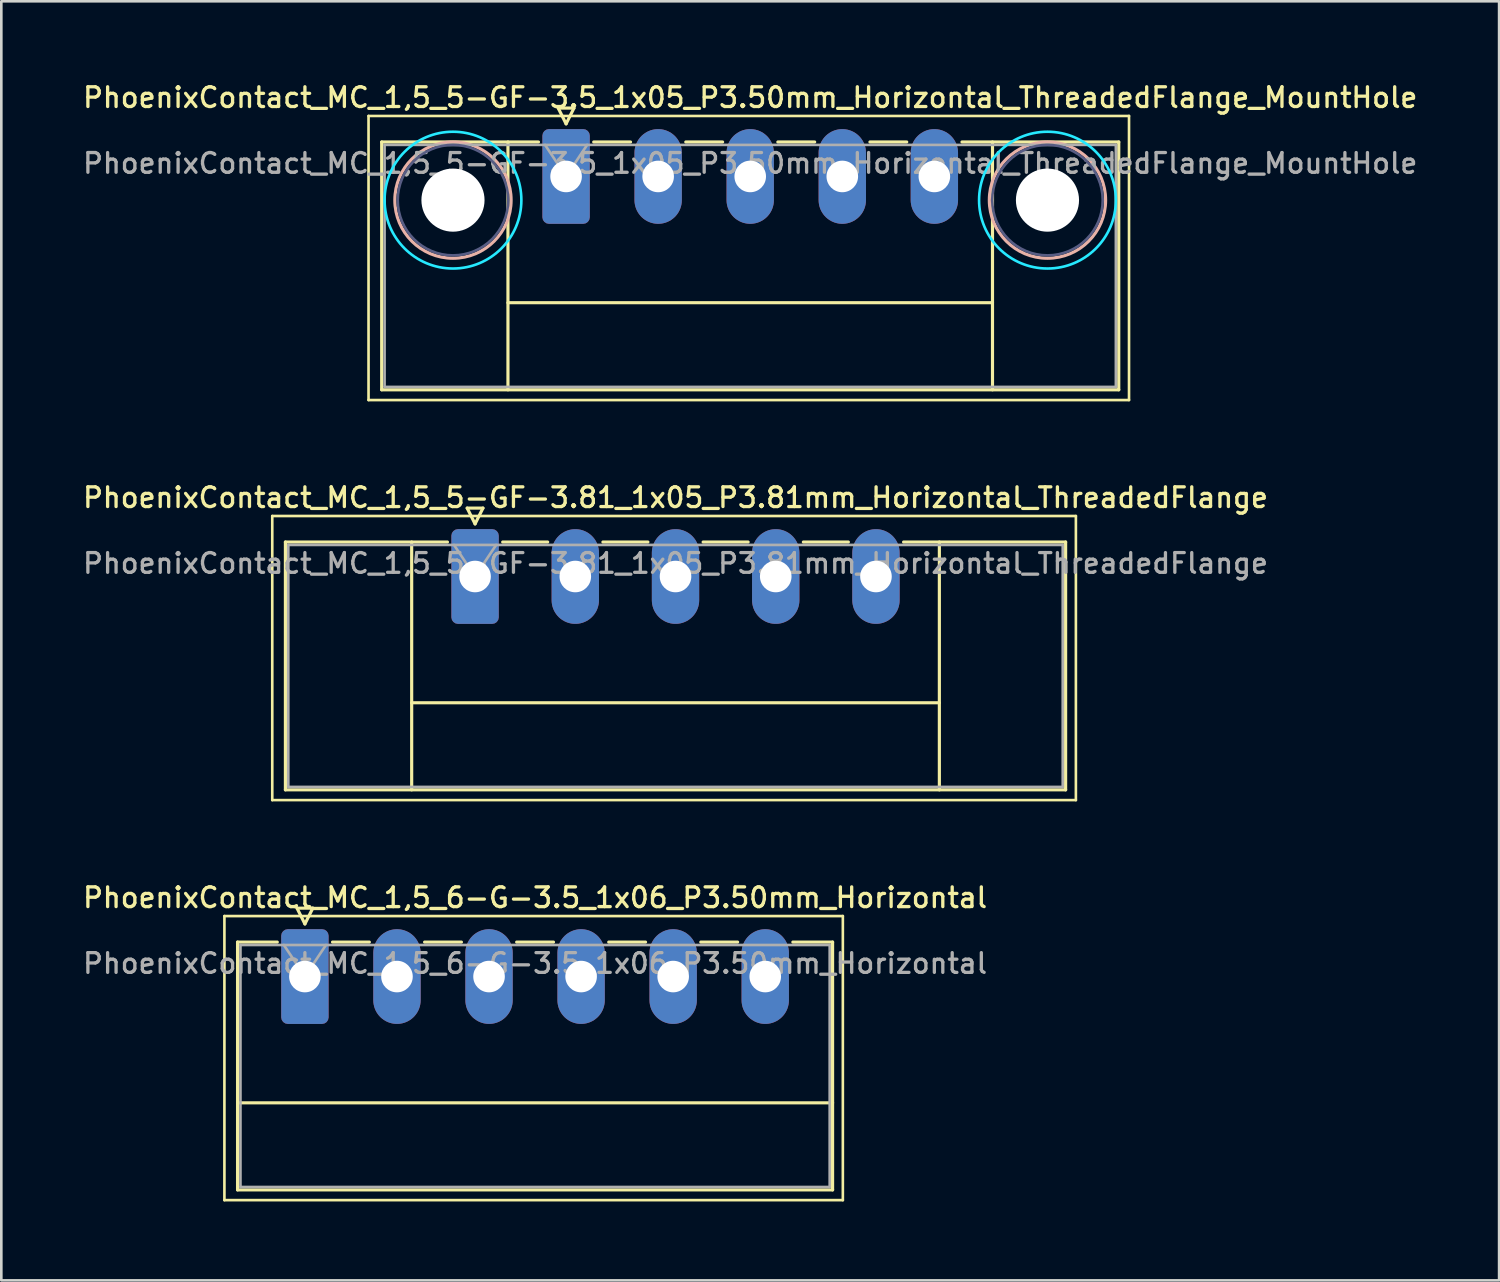
<source format=kicad_pcb>
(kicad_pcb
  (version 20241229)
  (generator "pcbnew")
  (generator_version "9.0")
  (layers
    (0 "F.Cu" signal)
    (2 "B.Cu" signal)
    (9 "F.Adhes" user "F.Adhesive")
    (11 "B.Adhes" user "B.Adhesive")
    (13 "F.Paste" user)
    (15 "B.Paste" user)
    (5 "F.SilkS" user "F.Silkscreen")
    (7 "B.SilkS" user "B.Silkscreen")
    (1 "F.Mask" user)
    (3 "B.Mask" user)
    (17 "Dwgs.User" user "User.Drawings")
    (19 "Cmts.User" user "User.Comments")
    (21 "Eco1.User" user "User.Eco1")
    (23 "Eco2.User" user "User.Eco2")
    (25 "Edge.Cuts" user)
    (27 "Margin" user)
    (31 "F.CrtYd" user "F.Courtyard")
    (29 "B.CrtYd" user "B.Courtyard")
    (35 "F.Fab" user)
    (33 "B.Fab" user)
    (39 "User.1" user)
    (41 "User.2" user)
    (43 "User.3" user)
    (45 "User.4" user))
  (footprint "PhoenixContact_MC_1,5_5-GF-3.5_1x05_P3.50mm_Horizontal_ThreadedFlange_MountHole"
    (layer "F.Cu")
    (at 18.47 3.658)
    (property "Reference" "PhoenixContact_MC_1,5_5-GF-3.5_1x05_P3.50mm_Horizontal_ThreadedFlange_MountHole" (at 7 -3 0) (layer "F.SilkS") (effects (font (size 0.75 0.75) (thickness 0.125))))
    (attr through_hole)
    (fp_line (start -7.51 -2.3) (end -7.51 8.5) (stroke (width 0.1) (type solid)) (layer "F.SilkS"))
    (fp_line (start -7.51 8.5) (end 21.4 8.5) (stroke (width 0.1) (type solid)) (layer "F.SilkS"))
    (fp_line (start -7.01 -1.31) (end -7.01 8.11) (stroke (width 0.12) (type solid)) (layer "F.SilkS"))
    (fp_line (start -7.01 -1.31) (end -1.05 -1.31) (stroke (width 0.12) (type solid)) (layer "F.SilkS"))
    (fp_line (start -7.01 8.11) (end 21.01 8.11) (stroke (width 0.12) (type solid)) (layer "F.SilkS"))
    (fp_line (start -2.21 -1.31) (end -2.21 8.11) (stroke (width 0.12) (type solid)) (layer "F.SilkS"))
    (fp_line (start -2.21 4.8) (end 16.21 4.8) (stroke (width 0.12) (type solid)) (layer "F.SilkS"))
    (fp_line (start -0.3 -2.6) (end 0.3 -2.6) (stroke (width 0.12) (type solid)) (layer "F.SilkS"))
    (fp_line (start 0 -2) (end -0.3 -2.6) (stroke (width 0.12) (type solid)) (layer "F.SilkS"))
    (fp_line (start 0.3 -2.6) (end 0 -2) (stroke (width 0.12) (type solid)) (layer "F.SilkS"))
    (fp_line (start 1.05 -1.31) (end 2.45 -1.31) (stroke (width 0.12) (type solid)) (layer "F.SilkS"))
    (fp_line (start 4.55 -1.31) (end 5.95 -1.31) (stroke (width 0.12) (type solid)) (layer "F.SilkS"))
    (fp_line (start 8.05 -1.31) (end 9.45 -1.31) (stroke (width 0.12) (type solid)) (layer "F.SilkS"))
    (fp_line (start 11.55 -1.31) (end 12.95 -1.31) (stroke (width 0.12) (type solid)) (layer "F.SilkS"))
    (fp_line (start 16.21 -1.31) (end 16.21 8.11) (stroke (width 0.12) (type solid)) (layer "F.SilkS"))
    (fp_line (start 21.01 -1.31) (end 15.05 -1.31) (stroke (width 0.12) (type solid)) (layer "F.SilkS"))
    (fp_line (start 21.01 8.11) (end 21.01 -1.31) (stroke (width 0.12) (type solid)) (layer "F.SilkS"))
    (fp_line (start 21.4 -2.3) (end -7.51 -2.3) (stroke (width 0.1) (type solid)) (layer "F.SilkS"))
    (fp_line (start 21.4 8.5) (end 21.4 -2.3) (stroke (width 0.1) (type solid)) (layer "F.SilkS"))
    (fp_circle (center -4.3 0.9) (end -2.09 0.9) (stroke (width 0.12) (type solid)) (fill no) (layer "B.SilkS"))
    (fp_circle (center 18.3 0.9) (end 20.51 0.9) (stroke (width 0.12) (type solid)) (fill no) (layer "B.SilkS"))
    (fp_circle (center -4.3 0.9) (end -1.7 0.9) (stroke (width 0.1) (type solid)) (fill no) (layer "B.CrtYd"))
    (fp_circle (center 18.3 0.9) (end 20.9 0.9) (stroke (width 0.1) (type solid)) (fill no) (layer "B.CrtYd"))
    (fp_circle (center -4.3 0.9) (end -2.2 0.9) (stroke (width 0.1) (type solid)) (fill no) (layer "B.Fab"))
    (fp_circle (center 18.3 0.9) (end 20.4 0.9) (stroke (width 0.1) (type solid)) (fill no) (layer "B.Fab"))
    (fp_line (start -6.9 -1.2) (end -6.9 8) (stroke (width 0.1) (type solid)) (layer "F.Fab"))
    (fp_line (start -6.9 8) (end 20.9 8) (stroke (width 0.1) (type solid)) (layer "F.Fab"))
    (fp_line (start 0 0) (end -0.8 -1.2) (stroke (width 0.1) (type solid)) (layer "F.Fab"))
    (fp_line (start 0.8 -1.2) (end 0 0) (stroke (width 0.1) (type solid)) (layer "F.Fab"))
    (fp_line (start 20.9 -1.2) (end -6.9 -1.2) (stroke (width 0.1) (type solid)) (layer "F.Fab"))
    (fp_line (start 20.9 8) (end 20.9 -1.2) (stroke (width 0.1) (type solid)) (layer "F.Fab"))
    (fp_text user "${REFERENCE}" (at 7 -0.5 0) (layer "F.Fab") (effects (font (size 0.75 0.75) (thickness 0.125))))
    (pad "" np_thru_hole circle (at -4.3 0.9) (size 2.4 2.4) (drill 2.4) (layers "*.Cu" "*.Mask"))
    (pad "" np_thru_hole circle (at 18.3 0.9) (size 2.4 2.4) (drill 2.4) (layers "*.Cu" "*.Mask"))
    (pad "1" thru_hole roundrect (at 0 0) (size 1.8 3.6) (drill 1.2) (layers "*.Cu" "*.Mask") (roundrect_rratio 0.139))
    (pad "2" thru_hole oval (at 3.5 0) (size 1.8 3.6) (drill 1.2) (layers "*.Cu" "*.Mask"))
    (pad "3" thru_hole oval (at 7 0) (size 1.8 3.6) (drill 1.2) (layers "*.Cu" "*.Mask"))
    (pad "4" thru_hole oval (at 10.5 0) (size 1.8 3.6) (drill 1.2) (layers "*.Cu" "*.Mask"))
    (pad "5" thru_hole oval (at 14 0) (size 1.8 3.6) (drill 1.2) (layers "*.Cu" "*.Mask")))
  (footprint "PhoenixContact_MC_1,5_6-G-3.5_1x06_P3.50mm_Horizontal"
    (layer "F.Cu")
    (at 8.541 34.074)
    (property "Reference" "PhoenixContact_MC_1,5_6-G-3.5_1x06_P3.50mm_Horizontal" (at 8.75 -3 0) (layer "F.SilkS") (effects (font (size 0.75 0.75) (thickness 0.125))))
    (attr through_hole)
    (fp_line (start -3.06 -2.3) (end -3.06 8.5) (stroke (width 0.1) (type solid)) (layer "F.SilkS"))
    (fp_line (start -3.06 8.5) (end 20.45 8.5) (stroke (width 0.1) (type solid)) (layer "F.SilkS"))
    (fp_line (start -2.56 -1.31) (end -2.56 8.11) (stroke (width 0.12) (type solid)) (layer "F.SilkS"))
    (fp_line (start -2.56 -1.31) (end -1.05 -1.31) (stroke (width 0.12) (type solid)) (layer "F.SilkS"))
    (fp_line (start -2.56 4.8) (end 20.06 4.8) (stroke (width 0.12) (type solid)) (layer "F.SilkS"))
    (fp_line (start -2.56 8.11) (end 20.06 8.11) (stroke (width 0.12) (type solid)) (layer "F.SilkS"))
    (fp_line (start -0.3 -2.6) (end 0.3 -2.6) (stroke (width 0.12) (type solid)) (layer "F.SilkS"))
    (fp_line (start 0 -2) (end -0.3 -2.6) (stroke (width 0.12) (type solid)) (layer "F.SilkS"))
    (fp_line (start 0.3 -2.6) (end 0 -2) (stroke (width 0.12) (type solid)) (layer "F.SilkS"))
    (fp_line (start 1.05 -1.31) (end 2.45 -1.31) (stroke (width 0.12) (type solid)) (layer "F.SilkS"))
    (fp_line (start 4.55 -1.31) (end 5.95 -1.31) (stroke (width 0.12) (type solid)) (layer "F.SilkS"))
    (fp_line (start 8.05 -1.31) (end 9.45 -1.31) (stroke (width 0.12) (type solid)) (layer "F.SilkS"))
    (fp_line (start 11.55 -1.31) (end 12.95 -1.31) (stroke (width 0.12) (type solid)) (layer "F.SilkS"))
    (fp_line (start 15.05 -1.31) (end 16.45 -1.31) (stroke (width 0.12) (type solid)) (layer "F.SilkS"))
    (fp_line (start 20.06 -1.31) (end 18.55 -1.31) (stroke (width 0.12) (type solid)) (layer "F.SilkS"))
    (fp_line (start 20.06 8.11) (end 20.06 -1.31) (stroke (width 0.12) (type solid)) (layer "F.SilkS"))
    (fp_line (start 20.45 -2.3) (end -3.06 -2.3) (stroke (width 0.1) (type solid)) (layer "F.SilkS"))
    (fp_line (start 20.45 8.5) (end 20.45 -2.3) (stroke (width 0.1) (type solid)) (layer "F.SilkS"))
    (fp_line (start -2.45 -1.2) (end -2.45 8) (stroke (width 0.1) (type solid)) (layer "F.Fab"))
    (fp_line (start -2.45 8) (end 19.95 8) (stroke (width 0.1) (type solid)) (layer "F.Fab"))
    (fp_line (start 0 0) (end -0.8 -1.2) (stroke (width 0.1) (type solid)) (layer "F.Fab"))
    (fp_line (start 0.8 -1.2) (end 0 0) (stroke (width 0.1) (type solid)) (layer "F.Fab"))
    (fp_line (start 19.95 -1.2) (end -2.45 -1.2) (stroke (width 0.1) (type solid)) (layer "F.Fab"))
    (fp_line (start 19.95 8) (end 19.95 -1.2) (stroke (width 0.1) (type solid)) (layer "F.Fab"))
    (fp_text user "${REFERENCE}" (at 8.75 -0.5 0) (layer "F.Fab") (effects (font (size 0.75 0.75) (thickness 0.125))))
    (pad "1" thru_hole roundrect (at 0 0) (size 1.8 3.6) (drill 1.2) (layers "*.Cu" "*.Mask") (roundrect_rratio 0.139))
    (pad "2" thru_hole oval (at 3.5 0) (size 1.8 3.6) (drill 1.2) (layers "*.Cu" "*.Mask"))
    (pad "3" thru_hole oval (at 7 0) (size 1.8 3.6) (drill 1.2) (layers "*.Cu" "*.Mask"))
    (pad "4" thru_hole oval (at 10.5 0) (size 1.8 3.6) (drill 1.2) (layers "*.Cu" "*.Mask"))
    (pad "5" thru_hole oval (at 14 0) (size 1.8 3.6) (drill 1.2) (layers "*.Cu" "*.Mask"))
    (pad "6" thru_hole oval (at 17.5 0) (size 1.8 3.6) (drill 1.2) (layers "*.Cu" "*.Mask")))
  (footprint "PhoenixContact_MC_1,5_5-GF-3.81_1x05_P3.81mm_Horizontal_ThreadedFlange"
    (layer "F.Cu")
    (at 15.01 18.866)
    (property "Reference" "PhoenixContact_MC_1,5_5-GF-3.81_1x05_P3.81mm_Horizontal_ThreadedFlange" (at 7.62 -3 0) (layer "F.SilkS") (effects (font (size 0.75 0.75) (thickness 0.125))))
    (attr through_hole)
    (fp_line (start -7.71 -2.3) (end -7.71 8.5) (stroke (width 0.1) (type solid)) (layer "F.SilkS"))
    (fp_line (start -7.71 8.5) (end 22.84 8.5) (stroke (width 0.1) (type solid)) (layer "F.SilkS"))
    (fp_line (start -7.21 -1.31) (end -7.21 8.11) (stroke (width 0.12) (type solid)) (layer "F.SilkS"))
    (fp_line (start -7.21 -1.31) (end -1.05 -1.31) (stroke (width 0.12) (type solid)) (layer "F.SilkS"))
    (fp_line (start -7.21 8.11) (end 22.45 8.11) (stroke (width 0.12) (type solid)) (layer "F.SilkS"))
    (fp_line (start -2.41 -1.31) (end -2.41 8.11) (stroke (width 0.12) (type solid)) (layer "F.SilkS"))
    (fp_line (start -2.41 4.8) (end 17.65 4.8) (stroke (width 0.12) (type solid)) (layer "F.SilkS"))
    (fp_line (start -0.3 -2.6) (end 0.3 -2.6) (stroke (width 0.12) (type solid)) (layer "F.SilkS"))
    (fp_line (start 0 -2) (end -0.3 -2.6) (stroke (width 0.12) (type solid)) (layer "F.SilkS"))
    (fp_line (start 0.3 -2.6) (end 0 -2) (stroke (width 0.12) (type solid)) (layer "F.SilkS"))
    (fp_line (start 1.05 -1.31) (end 2.76 -1.31) (stroke (width 0.12) (type solid)) (layer "F.SilkS"))
    (fp_line (start 4.86 -1.31) (end 6.57 -1.31) (stroke (width 0.12) (type solid)) (layer "F.SilkS"))
    (fp_line (start 8.67 -1.31) (end 10.38 -1.31) (stroke (width 0.12) (type solid)) (layer "F.SilkS"))
    (fp_line (start 12.48 -1.31) (end 14.19 -1.31) (stroke (width 0.12) (type solid)) (layer "F.SilkS"))
    (fp_line (start 17.65 -1.31) (end 17.65 8.11) (stroke (width 0.12) (type solid)) (layer "F.SilkS"))
    (fp_line (start 22.45 -1.31) (end 16.29 -1.31) (stroke (width 0.12) (type solid)) (layer "F.SilkS"))
    (fp_line (start 22.45 8.11) (end 22.45 -1.31) (stroke (width 0.12) (type solid)) (layer "F.SilkS"))
    (fp_line (start 22.84 -2.3) (end -7.71 -2.3) (stroke (width 0.1) (type solid)) (layer "F.SilkS"))
    (fp_line (start 22.84 8.5) (end 22.84 -2.3) (stroke (width 0.1) (type solid)) (layer "F.SilkS"))
    (fp_line (start -7.1 -1.2) (end -7.1 8) (stroke (width 0.1) (type solid)) (layer "F.Fab"))
    (fp_line (start -7.1 8) (end 22.34 8) (stroke (width 0.1) (type solid)) (layer "F.Fab"))
    (fp_line (start 0 0) (end -0.8 -1.2) (stroke (width 0.1) (type solid)) (layer "F.Fab"))
    (fp_line (start 0.8 -1.2) (end 0 0) (stroke (width 0.1) (type solid)) (layer "F.Fab"))
    (fp_line (start 22.34 -1.2) (end -7.1 -1.2) (stroke (width 0.1) (type solid)) (layer "F.Fab"))
    (fp_line (start 22.34 8) (end 22.34 -1.2) (stroke (width 0.1) (type solid)) (layer "F.Fab"))
    (fp_text user "${REFERENCE}" (at 7.62 -0.5 0) (layer "F.Fab") (effects (font (size 0.75 0.75) (thickness 0.125))))
    (pad "1" thru_hole roundrect (at 0 0) (size 1.8 3.6) (drill 1.2) (layers "*.Cu" "*.Mask") (roundrect_rratio 0.139))
    (pad "2" thru_hole oval (at 3.81 0) (size 1.8 3.6) (drill 1.2) (layers "*.Cu" "*.Mask"))
    (pad "3" thru_hole oval (at 7.62 0) (size 1.8 3.6) (drill 1.2) (layers "*.Cu" "*.Mask"))
    (pad "4" thru_hole oval (at 11.43 0) (size 1.8 3.6) (drill 1.2) (layers "*.Cu" "*.Mask"))
    (pad "5" thru_hole oval (at 15.24 0) (size 1.8 3.6) (drill 1.2) (layers "*.Cu" "*.Mask")))
  (gr_rect
    (start -3 -3)
    (end 53.939 45.624)
    (stroke (width 0.1) (type default))
    (fill no)
    (layer "Edge.Cuts")))
</source>
